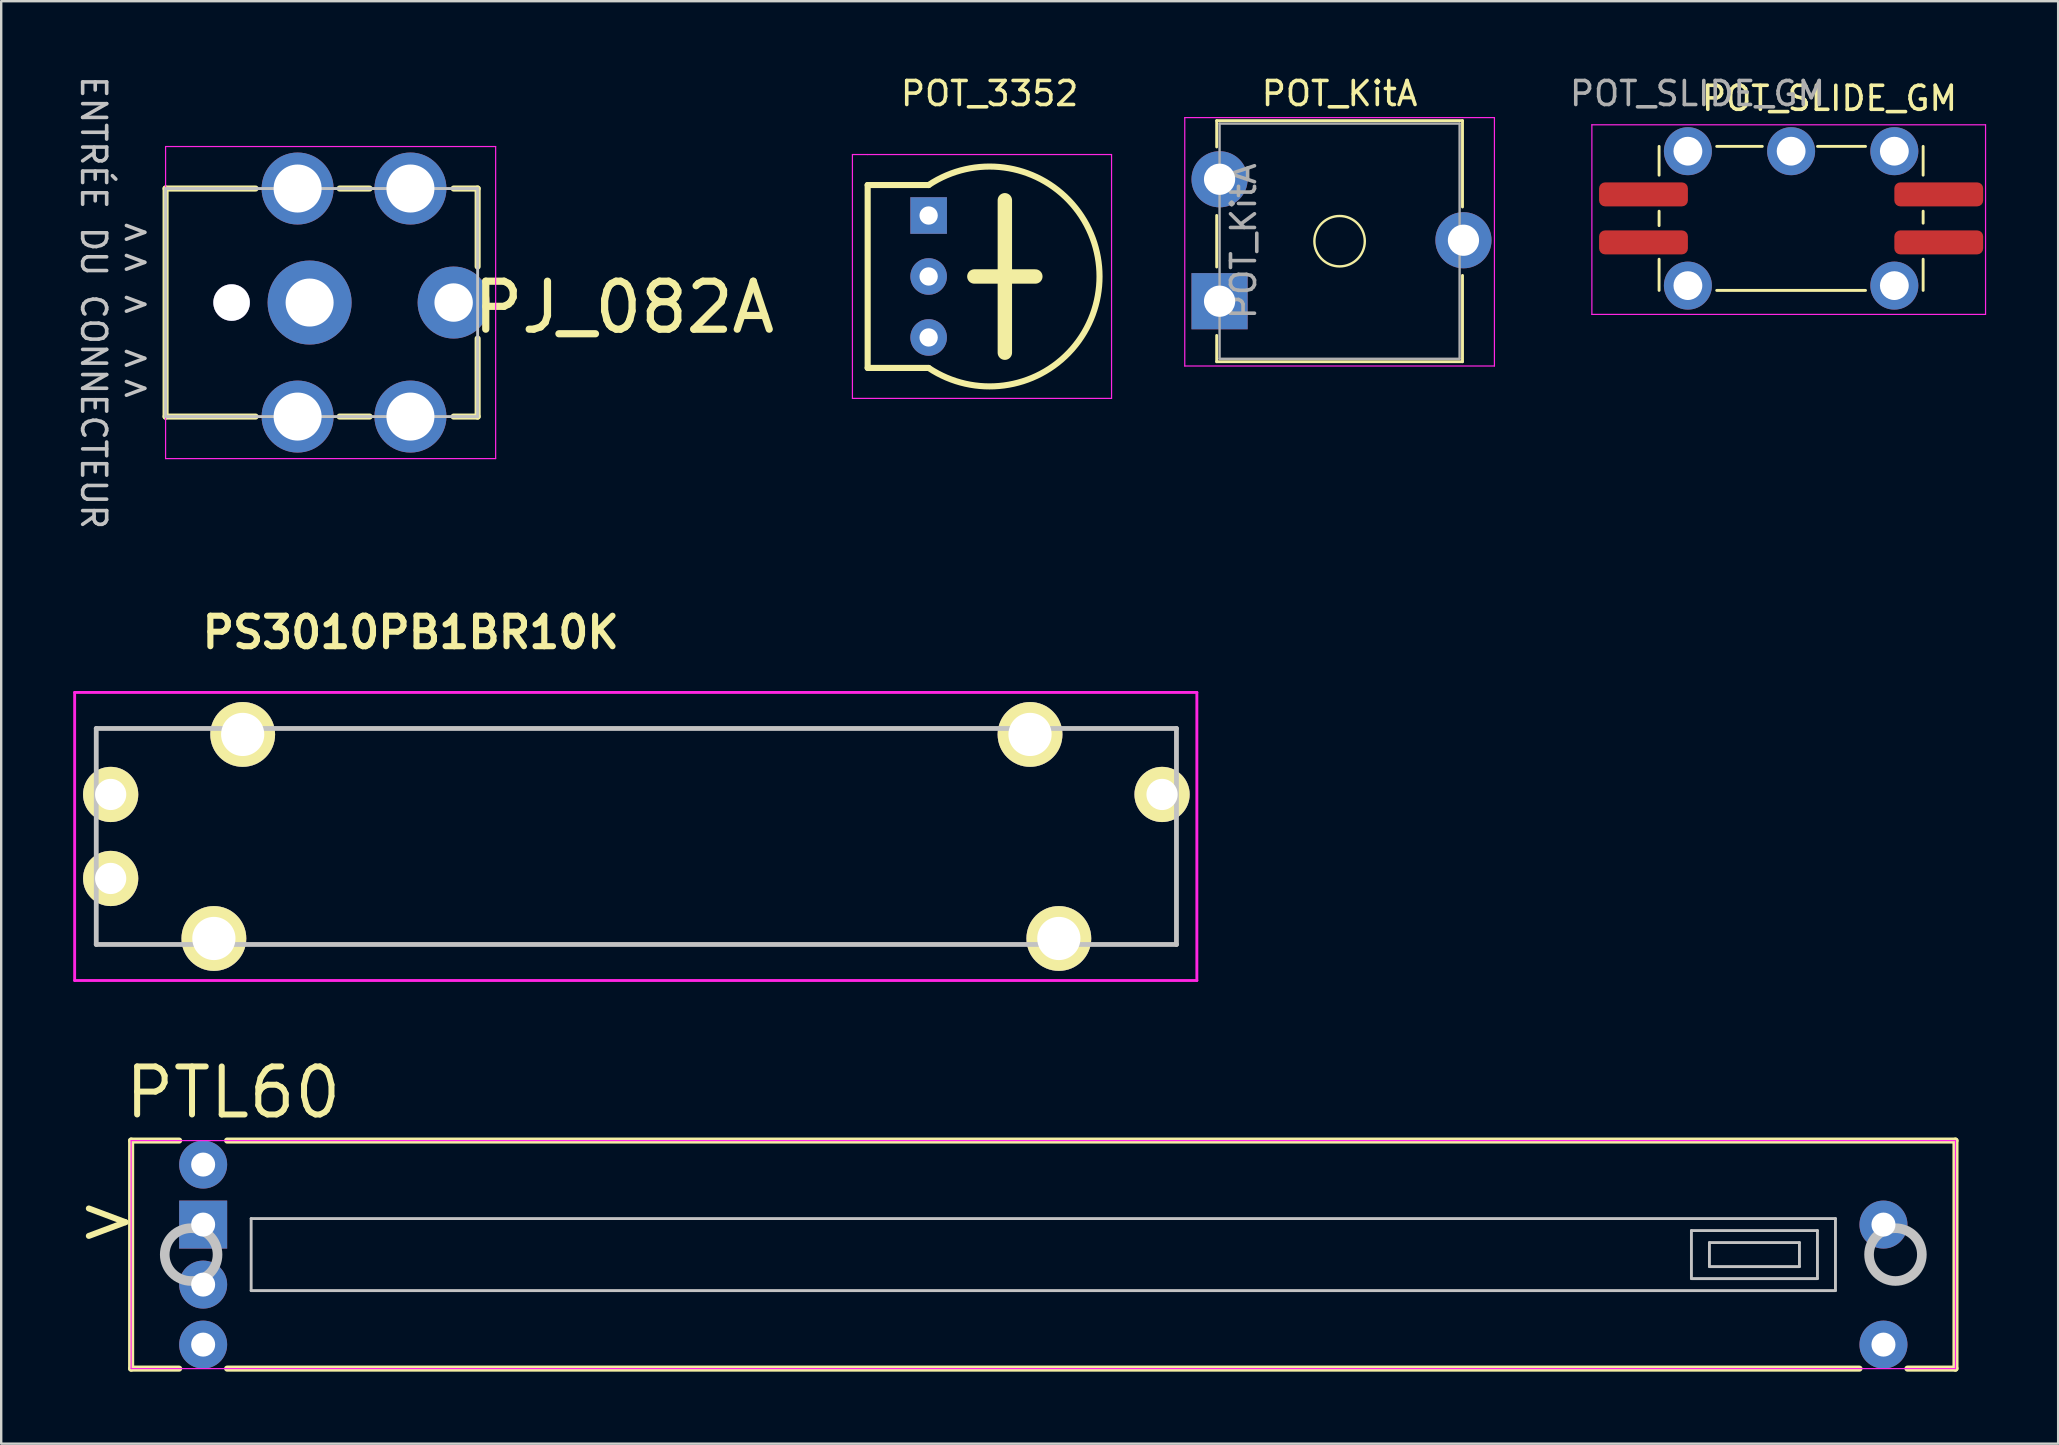
<source format=kicad_pcb>
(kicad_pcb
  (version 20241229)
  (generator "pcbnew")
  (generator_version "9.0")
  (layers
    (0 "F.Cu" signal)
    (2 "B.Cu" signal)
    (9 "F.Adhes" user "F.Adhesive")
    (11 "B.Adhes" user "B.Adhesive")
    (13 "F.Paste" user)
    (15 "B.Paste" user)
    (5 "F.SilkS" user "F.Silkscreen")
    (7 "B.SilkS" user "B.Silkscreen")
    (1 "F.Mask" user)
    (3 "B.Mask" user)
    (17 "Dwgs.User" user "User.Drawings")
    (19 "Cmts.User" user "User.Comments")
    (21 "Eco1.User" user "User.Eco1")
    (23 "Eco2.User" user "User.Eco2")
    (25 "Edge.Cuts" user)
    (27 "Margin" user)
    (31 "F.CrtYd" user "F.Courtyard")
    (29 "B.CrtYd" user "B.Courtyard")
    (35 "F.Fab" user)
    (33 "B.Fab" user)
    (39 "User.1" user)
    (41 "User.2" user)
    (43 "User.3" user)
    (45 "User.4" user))
  (footprint "PJ_082A"
    (layer "F.Cu")
    (at 3.848 9.554)
    (property "Reference" "PJ_082A" (at 19.1 0.2 0) (layer "F.SilkS") (effects (font (size 2 2) (thickness 0.3))))
    (attr through_hole)
    (fp_line (start 0 -4.75) (end 3.75 -4.75) (stroke (width 0.254) (type solid)) (layer "F.SilkS"))
    (fp_line (start 0 4.75) (end 0 -4.75) (stroke (width 0.254) (type solid)) (layer "F.SilkS"))
    (fp_line (start 3.75 4.75) (end 0 4.75) (stroke (width 0.254) (type solid)) (layer "F.SilkS"))
    (fp_line (start 7.25 -4.75) (end 8.5 -4.75) (stroke (width 0.254) (type solid)) (layer "F.SilkS"))
    (fp_line (start 8.5 4.75) (end 7.25 4.75) (stroke (width 0.254) (type solid)) (layer "F.SilkS"))
    (fp_line (start 12 -4.75) (end 13 -4.75) (stroke (width 0.254) (type solid)) (layer "F.SilkS"))
    (fp_line (start 13 -4.75) (end 13 -1.5) (stroke (width 0.254) (type solid)) (layer "F.SilkS"))
    (fp_line (start 13 1.5) (end 13 4.75) (stroke (width 0.254) (type solid)) (layer "F.SilkS"))
    (fp_line (start 13 4.75) (end 12 4.75) (stroke (width 0.254) (type solid)) (layer "F.SilkS"))
    (fp_line (start 0 -4.75) (end 13 -4.75) (stroke (width 0.12) (type solid)) (layer "Dwgs.User"))
    (fp_line (start 0 4.75) (end 0 -4.75) (stroke (width 0.12) (type solid)) (layer "Dwgs.User"))
    (fp_line (start 13 -4.75) (end 13 4.75) (stroke (width 0.12) (type solid)) (layer "Dwgs.User"))
    (fp_line (start 13 4.75) (end 0 4.75) (stroke (width 0.12) (type solid)) (layer "Dwgs.User"))
    (fp_line (start 0 -6.5) (end 13.75 -6.5) (stroke (width 0.05) (type solid)) (layer "F.CrtYd"))
    (fp_line (start 0 6.5) (end 0 -6.5) (stroke (width 0.05) (type solid)) (layer "F.CrtYd"))
    (fp_line (start 13.75 -6.5) (end 13.75 6.5) (stroke (width 0.05) (type solid)) (layer "F.CrtYd"))
    (fp_line (start 13.75 6.5) (end 0 6.5) (stroke (width 0.05) (type solid)) (layer "F.CrtYd"))
    (fp_text user ">" (at -1.25 3.5 0) (unlocked yes) (layer "Dwgs.User") (effects (font (size 1 1) (thickness 0.15))))
    (fp_text user ">" (at -1.25 -3 0) (unlocked yes) (layer "Dwgs.User") (effects (font (size 1 1) (thickness 0.15))))
    (fp_text user ">" (at -1.25 2.25 0) (unlocked yes) (layer "Dwgs.User") (effects (font (size 1 1) (thickness 0.15))))
    (fp_text user ">" (at -1.25 0 0) (unlocked yes) (layer "Dwgs.User") (effects (font (size 1 1) (thickness 0.15))))
    (fp_text user "ENTRÉE DU CONNECTEUR" (at -3 0 270) (unlocked yes) (layer "Dwgs.User") (effects (font (size 1 1) (thickness 0.15))))
    (fp_text user ">" (at -1.25 -1.75 0) (unlocked yes) (layer "Dwgs.User") (effects (font (size 1 1) (thickness 0.15))))
    (pad "" np_thru_hole circle (at 2.75 0) (size 1.524 1.524) (drill 1.52) (layers "*.Cu" "*.Mask"))
    (pad "1" thru_hole circle (at 12 0) (size 3 3) (drill 1.6) (layers "*.Cu" "*.Mask"))
    (pad "2" thru_hole circle (at 6 0) (size 3.5 3.5) (drill 2) (layers "*.Cu" "*.Mask"))
    (pad "3" thru_hole circle (at 10.2 -4.75) (size 3 3) (drill 2) (layers "*.Cu" "*.Mask"))
    (pad "4" thru_hole circle (at 5.5 -4.75) (size 3 3) (drill 2) (layers "*.Cu" "*.Mask"))
    (pad "5" thru_hole circle (at 10.2 4.75) (size 3 3) (drill 2) (layers "*.Cu" "*.Mask"))
    (pad "6" thru_hole circle (at 5.5 4.75) (size 3 3) (drill 2) (layers "*.Cu" "*.Mask")))
  (footprint "POT_KitA"
    (layer "F.Cu")
    (at 47.756 9.498)
    (property "Reference" "POT_KitA" (at 5 -8.65 0) (layer "F.SilkS") (effects (font (size 1 1) (thickness 0.15))))
    (attr through_hole)
    (fp_line (start -0.12 -7.521) (end -0.12 -6.426) (stroke (width 0.12) (type solid)) (layer "F.SilkS"))
    (fp_line (start -0.12 -7.521) (end 10.12 -7.521) (stroke (width 0.12) (type solid)) (layer "F.SilkS"))
    (fp_line (start -0.12 -3.574) (end -0.12 -1.425) (stroke (width 0.12) (type solid)) (layer "F.SilkS"))
    (fp_line (start -0.12 1.425) (end -0.12 2.52) (stroke (width 0.12) (type solid)) (layer "F.SilkS"))
    (fp_line (start -0.12 2.52) (end 10.12 2.52) (stroke (width 0.12) (type solid)) (layer "F.SilkS"))
    (fp_line (start 10.12 -7.521) (end 10.12 -3.925) (stroke (width 0.12) (type solid)) (layer "F.SilkS"))
    (fp_line (start 10.12 -1.075) (end 10.12 2.52) (stroke (width 0.12) (type solid)) (layer "F.SilkS"))
    (fp_circle (center 5 -2.5) (end 6.05 -2.5) (stroke (width 0.1) (type solid)) (fill no) (layer "F.SilkS"))
    (fp_line (start -1.45 -7.65) (end -1.45 2.7) (stroke (width 0.05) (type solid)) (layer "F.CrtYd"))
    (fp_line (start -1.45 2.7) (end 11.45 2.7) (stroke (width 0.05) (type solid)) (layer "F.CrtYd"))
    (fp_line (start 11.45 -7.65) (end -1.45 -7.65) (stroke (width 0.05) (type solid)) (layer "F.CrtYd"))
    (fp_line (start 11.45 2.7) (end 11.45 -7.65) (stroke (width 0.05) (type solid)) (layer "F.CrtYd"))
    (fp_line (start 0 -7.4) (end 0 2.4) (stroke (width 0.1) (type solid)) (layer "F.Fab"))
    (fp_line (start 0 2.4) (end 10 2.4) (stroke (width 0.1) (type solid)) (layer "F.Fab"))
    (fp_line (start 10 -7.4) (end 0 -7.4) (stroke (width 0.1) (type solid)) (layer "F.Fab"))
    (fp_line (start 10 2.4) (end 10 -7.4) (stroke (width 0.1) (type solid)) (layer "F.Fab"))
    (fp_text user "${REFERENCE}" (at 1 -2.5 90) (layer "F.Fab") (effects (font (size 1 1) (thickness 0.15))))
    (pad "1" thru_hole rect (at 0 0) (size 2.34 2.34) (drill 1.3) (layers "*.Cu" "*.Mask"))
    (pad "2" thru_hole circle (at 10.16 -2.54) (size 2.34 2.34) (drill 1.3) (layers "*.Cu" "*.Mask"))
    (pad "3" thru_hole circle (at 0 -5.08) (size 2.34 2.34) (drill 1.3) (layers "*.Cu" "*.Mask")))
  (footprint "PS3010PB1BR10K"
    (layer "F.Cu")
    (at 1.56 30.046)
    (property "Reference" "PS3010PB1BR10K" (at 12.5 -6.75 0) (layer "F.SilkS") (effects (font (size 1.27 1.27) (thickness 0.254))))
    (attr through_hole)
    (fp_line (start 6.9 6.25) (end 36.9 6.25) (stroke (width 0.1) (type solid)) (layer "F.SilkS"))
    (fp_line (start 7.9 -2.75) (end 35.9 -2.75) (stroke (width 0.1) (type solid)) (layer "F.SilkS"))
    (fp_line (start -0.6 -2.75) (end 44.4 -2.75) (stroke (width 0.2) (type solid)) (layer "Dwgs.User"))
    (fp_line (start -0.6 6.25) (end -0.6 -2.75) (stroke (width 0.2) (type solid)) (layer "Dwgs.User"))
    (fp_line (start 44.4 -2.75) (end 44.4 6.25) (stroke (width 0.2) (type solid)) (layer "Dwgs.User"))
    (fp_line (start 44.4 6.25) (end -0.6 6.25) (stroke (width 0.2) (type solid)) (layer "Dwgs.User"))
    (fp_line (start -1.5 -4.25) (end 45.25 -4.25) (stroke (width 0.12) (type solid)) (layer "F.CrtYd"))
    (fp_line (start -1.5 7.75) (end -1.5 -4.25) (stroke (width 0.12) (type solid)) (layer "F.CrtYd"))
    (fp_line (start 45.25 -4.25) (end 45.25 7.75) (stroke (width 0.12) (type solid)) (layer "F.CrtYd"))
    (fp_line (start 45.25 7.75) (end -1.5 7.75) (stroke (width 0.12) (type solid)) (layer "F.CrtYd"))
    (pad "1" thru_hole circle (at 0 0 90) (size 2.3 2.3) (drill 1.3) (layers "*.Cu" "*.Mask" "F.SilkS"))
    (pad "2" thru_hole circle (at 0 3.5 90) (size 2.3 2.3) (drill 1.3) (layers "*.Cu" "*.Mask" "F.SilkS"))
    (pad "3" thru_hole circle (at 43.8 0 90) (size 2.3 2.3) (drill 1.3) (layers "*.Cu" "*.Mask" "F.SilkS"))
    (pad "MH1" thru_hole circle (at 4.3 6 90) (size 2.7 2.7) (drill 1.8) (layers "*.Cu" "*.Mask" "F.SilkS"))
    (pad "MH2" thru_hole circle (at 5.5 -2.5 90) (size 2.7 2.7) (drill 1.8) (layers "*.Cu" "*.Mask" "F.SilkS"))
    (pad "MH3" thru_hole circle (at 38.3 -2.5 90) (size 2.7 2.7) (drill 1.8) (layers "*.Cu" "*.Mask" "F.SilkS"))
    (pad "MH4" thru_hole circle (at 39.5 6 90) (size 2.7 2.7) (drill 1.8) (layers "*.Cu" "*.Mask" "F.SilkS")))
  (footprint "POT_3352"
    (layer "F.Cu")
    (at 35.636 8.468)
    (property "Reference" "POT_3352" (at 2.54 -7.62 0) (unlocked yes) (layer "F.SilkS") (effects (font (size 1 1) (thickness 0.15))))
    (attr through_hole)
    (fp_line (start -2.54 -3.81) (end -2.54 3.81) (stroke (width 0.254) (type solid)) (layer "F.SilkS"))
    (fp_line (start -2.54 3.81) (end 0 3.81) (stroke (width 0.254) (type solid)) (layer "F.SilkS"))
    (fp_line (start 0 -3.81) (end -2.54 -3.81) (stroke (width 0.254) (type solid)) (layer "F.SilkS"))
    (fp_line (start 3.175 -3.175) (end 3.175 3.175) (stroke (width 0.6) (type solid)) (layer "F.SilkS"))
    (fp_line (start 4.445 0) (end 1.905 0) (stroke (width 0.6) (type solid)) (layer "F.SilkS"))
    (fp_arc (start 0 -3.81) (mid 7.11905 0) (end 0 3.81) (stroke (width 0.254) (type solid)) (layer "F.SilkS"))
    (fp_line (start -3.175 -5.08) (end -2.54 -5.08) (stroke (width 0.05) (type solid)) (layer "F.CrtYd"))
    (fp_line (start -3.175 5.08) (end -3.175 -5.08) (stroke (width 0.05) (type solid)) (layer "F.CrtYd"))
    (fp_line (start -2.54 -5.08) (end 7.62 -5.08) (stroke (width 0.05) (type solid)) (layer "F.CrtYd"))
    (fp_line (start 7.62 -5.08) (end 7.62 5.08) (stroke (width 0.05) (type solid)) (layer "F.CrtYd"))
    (fp_line (start 7.62 5.08) (end -3.175 5.08) (stroke (width 0.05) (type solid)) (layer "F.CrtYd"))
    (pad "1" thru_hole rect (at 0 -2.54) (size 1.524 1.524) (drill 0.762) (layers "*.Cu" "*.Mask"))
    (pad "2" thru_hole circle (at 0 0) (size 1.524 1.524) (drill 0.762) (layers "*.Cu" "*.Mask"))
    (pad "3" thru_hole circle (at 0 2.54) (size 1.524 1.524) (drill 0.762) (layers "*.Cu" "*.Mask")))
  (footprint "PTL60"
    (layer "F.Cu")
    (at 5.413 49.215)
    (property "Reference" "PTL60" (at 1.25 -6.75 0) (layer "F.SilkS") (effects (font (size 2 2) (thickness 0.25))))
    (attr through_hole)
    (fp_line (start -3 -4.75) (end -1 -4.75) (stroke (width 0.254) (type solid)) (layer "F.SilkS"))
    (fp_line (start -3 4.75) (end -3 -4.75) (stroke (width 0.254) (type solid)) (layer "F.SilkS"))
    (fp_line (start -1 4.75) (end -3 4.75) (stroke (width 0.254) (type solid)) (layer "F.SilkS"))
    (fp_line (start 1 -4.75) (end 73 -4.75) (stroke (width 0.254) (type solid)) (layer "F.SilkS"))
    (fp_line (start 69 4.75) (end 1 4.75) (stroke (width 0.254) (type solid)) (layer "F.SilkS"))
    (fp_line (start 73 -4.75) (end 73 4.75) (stroke (width 0.254) (type solid)) (layer "F.SilkS"))
    (fp_line (start 73 4.75) (end 71 4.75) (stroke (width 0.254) (type solid)) (layer "F.SilkS"))
    (fp_line (start 2 -1.5) (end 68 -1.5) (stroke (width 0.12) (type solid)) (layer "Dwgs.User"))
    (fp_line (start 2 1.5) (end 2 -1.5) (stroke (width 0.12) (type solid)) (layer "Dwgs.User"))
    (fp_line (start 62 -1) (end 67.25 -1) (stroke (width 0.12) (type solid)) (layer "Dwgs.User"))
    (fp_line (start 62 1) (end 62 -1) (stroke (width 0.12) (type solid)) (layer "Dwgs.User"))
    (fp_line (start 62.75 -0.5) (end 66.5 -0.5) (stroke (width 0.12) (type solid)) (layer "Dwgs.User"))
    (fp_line (start 62.75 0.5) (end 62.75 -0.5) (stroke (width 0.12) (type solid)) (layer "Dwgs.User"))
    (fp_line (start 66.5 -0.5) (end 66.5 0.5) (stroke (width 0.12) (type solid)) (layer "Dwgs.User"))
    (fp_line (start 66.5 0.5) (end 62.75 0.5) (stroke (width 0.12) (type solid)) (layer "Dwgs.User"))
    (fp_line (start 67.25 -1) (end 67.25 1) (stroke (width 0.12) (type solid)) (layer "Dwgs.User"))
    (fp_line (start 67.25 1) (end 62 1) (stroke (width 0.12) (type solid)) (layer "Dwgs.User"))
    (fp_line (start 68 -1.5) (end 68 1.5) (stroke (width 0.12) (type solid)) (layer "Dwgs.User"))
    (fp_line (start 68 1.5) (end 2 1.5) (stroke (width 0.12) (type solid)) (layer "Dwgs.User"))
    (fp_circle (center -0.5 0) (end 0.6 0) (stroke (width 0.4) (type solid)) (fill no) (layer "Dwgs.User"))
    (fp_circle (center 70.5 0) (end 71.6 0) (stroke (width 0.4) (type solid)) (fill no) (layer "Dwgs.User"))
    (fp_line (start -3 -4.75) (end 73 -4.75) (stroke (width 0.05) (type solid)) (layer "F.CrtYd"))
    (fp_line (start -3 4.75) (end -3 -4.75) (stroke (width 0.05) (type solid)) (layer "F.CrtYd"))
    (fp_line (start 73 -4.75) (end 73 4.75) (stroke (width 0.05) (type solid)) (layer "F.CrtYd"))
    (fp_line (start 73 4.75) (end -3 4.75) (stroke (width 0.05) (type solid)) (layer "F.CrtYd"))
    (fp_text user ">" (at -4 -1.5 0) (unlocked yes) (layer "F.SilkS") (effects (font (size 2 2) (thickness 0.25))))
    (pad "1" thru_hole rect (at 0 -1.25) (size 2 2) (drill 1) (layers "*.Cu" "*.Mask"))
    (pad "2" thru_hole circle (at 0 -3.75) (size 2 2) (drill 1) (layers "*.Cu" "*.Mask"))
    (pad "3" thru_hole circle (at 70 -1.25) (size 2 2) (drill 1) (layers "*.Cu" "*.Mask"))
    (pad "4" thru_hole circle (at 70 3.75) (size 2 2) (drill 1) (layers "*.Cu" "*.Mask"))
    (pad "5" thru_hole circle (at 0 3.75) (size 2 2) (drill 1) (layers "*.Cu" "*.Mask"))
    (pad "6" thru_hole circle (at 0 1.25) (size 2 2) (drill 1) (layers "*.Cu" "*.Mask")))
  (footprint "POT_SLIDE_GM"
    (layer "F.Cu")
    (at 71.566 6.048)
    (property "Reference" "POT_SLIDE_GM" (at 1.6 -5 0) (unlocked yes) (layer "F.SilkS") (effects (font (size 1 1) (thickness 0.15))))
    (attr through_hole)
    (fp_line (start -5.5 -1.8) (end -5.5 -3) (stroke (width 0.12) (type solid)) (layer "F.SilkS"))
    (fp_line (start -5.5 0.3) (end -5.5 -0.3) (stroke (width 0.12) (type solid)) (layer "F.SilkS"))
    (fp_line (start -5.5 3) (end -5.5 1.7) (stroke (width 0.12) (type solid)) (layer "F.SilkS"))
    (fp_line (start -3.1 -3) (end -1.2 -3) (stroke (width 0.12) (type solid)) (layer "F.SilkS"))
    (fp_line (start 1.1 -3) (end 3.1 -3) (stroke (width 0.12) (type solid)) (layer "F.SilkS"))
    (fp_line (start 3.1 3) (end -3.1 3) (stroke (width 0.12) (type solid)) (layer "F.SilkS"))
    (fp_line (start 5.5 -3) (end 5.5 -1.8) (stroke (width 0.12) (type solid)) (layer "F.SilkS"))
    (fp_line (start 5.5 -0.3) (end 5.5 0.2) (stroke (width 0.12) (type solid)) (layer "F.SilkS"))
    (fp_line (start 5.5 1.7) (end 5.5 3) (stroke (width 0.12) (type solid)) (layer "F.SilkS"))
    (fp_line (start -8.3 -3.9) (end 8.1 -3.9) (stroke (width 0.05) (type solid)) (layer "F.CrtYd"))
    (fp_line (start -8.3 4) (end -8.3 -3.9) (stroke (width 0.05) (type solid)) (layer "F.CrtYd"))
    (fp_line (start 8.1 -3.9) (end 8.1 4) (stroke (width 0.05) (type solid)) (layer "F.CrtYd"))
    (fp_line (start 8.1 4) (end -8.3 4) (stroke (width 0.05) (type solid)) (layer "F.CrtYd"))
    (fp_line (start -5.5 -3) (end 5.5 -3) (stroke (width 0.12) (type solid)) (layer "User.1"))
    (fp_line (start -5.5 3) (end -5.5 -3) (stroke (width 0.12) (type solid)) (layer "User.1"))
    (fp_line (start 5.5 -3) (end 5.5 3) (stroke (width 0.12) (type solid)) (layer "User.1"))
    (fp_text user "${REFERENCE}" (at -3.9 -5.2 0) (unlocked yes) (layer "F.Fab") (effects (font (size 1 1) (thickness 0.15))))
    (pad "1" smd roundrect (at 6.15 1) (size 3.7 1) (layers "F.Cu" "F.Mask" "F.Paste") (roundrect_rratio 0.25))
    (pad "2" smd roundrect (at 6.15 -1) (size 3.7 1) (layers "F.Cu" "F.Mask" "F.Paste") (roundrect_rratio 0.25))
    (pad "3" smd roundrect (at -6.15 -1) (size 3.7 1) (layers "F.Cu" "F.Mask" "F.Paste") (roundrect_rratio 0.25))
    (pad "4" smd roundrect (at -6.15 1) (size 3.7 1) (layers "F.Cu" "F.Mask" "F.Paste") (roundrect_rratio 0.25))
    (pad "MH1" thru_hole circle (at 4.3 -2.8) (size 2 2) (drill 1.2) (layers "*.Cu" "*.Mask"))
    (pad "MH2" thru_hole circle (at 0 -2.8) (size 2 2) (drill 1.2) (layers "*.Cu" "*.Mask"))
    (pad "MH3" thru_hole circle (at -4.3 -2.8) (size 2 2) (drill 1.2) (layers "*.Cu" "*.Mask"))
    (pad "MH4" thru_hole circle (at -4.3 2.8) (size 2 2) (drill 1.2) (layers "*.Cu" "*.Mask"))
    (pad "MH5" thru_hole circle (at 4.3 2.8) (size 2 2) (drill 1.2) (layers "*.Cu" "*.Mask")))
  (gr_rect
    (start -3 -3)
    (end 82.691 57.092)
    (stroke (width 0.1) (type default))
    (fill no)
    (layer "Edge.Cuts")))
</source>
